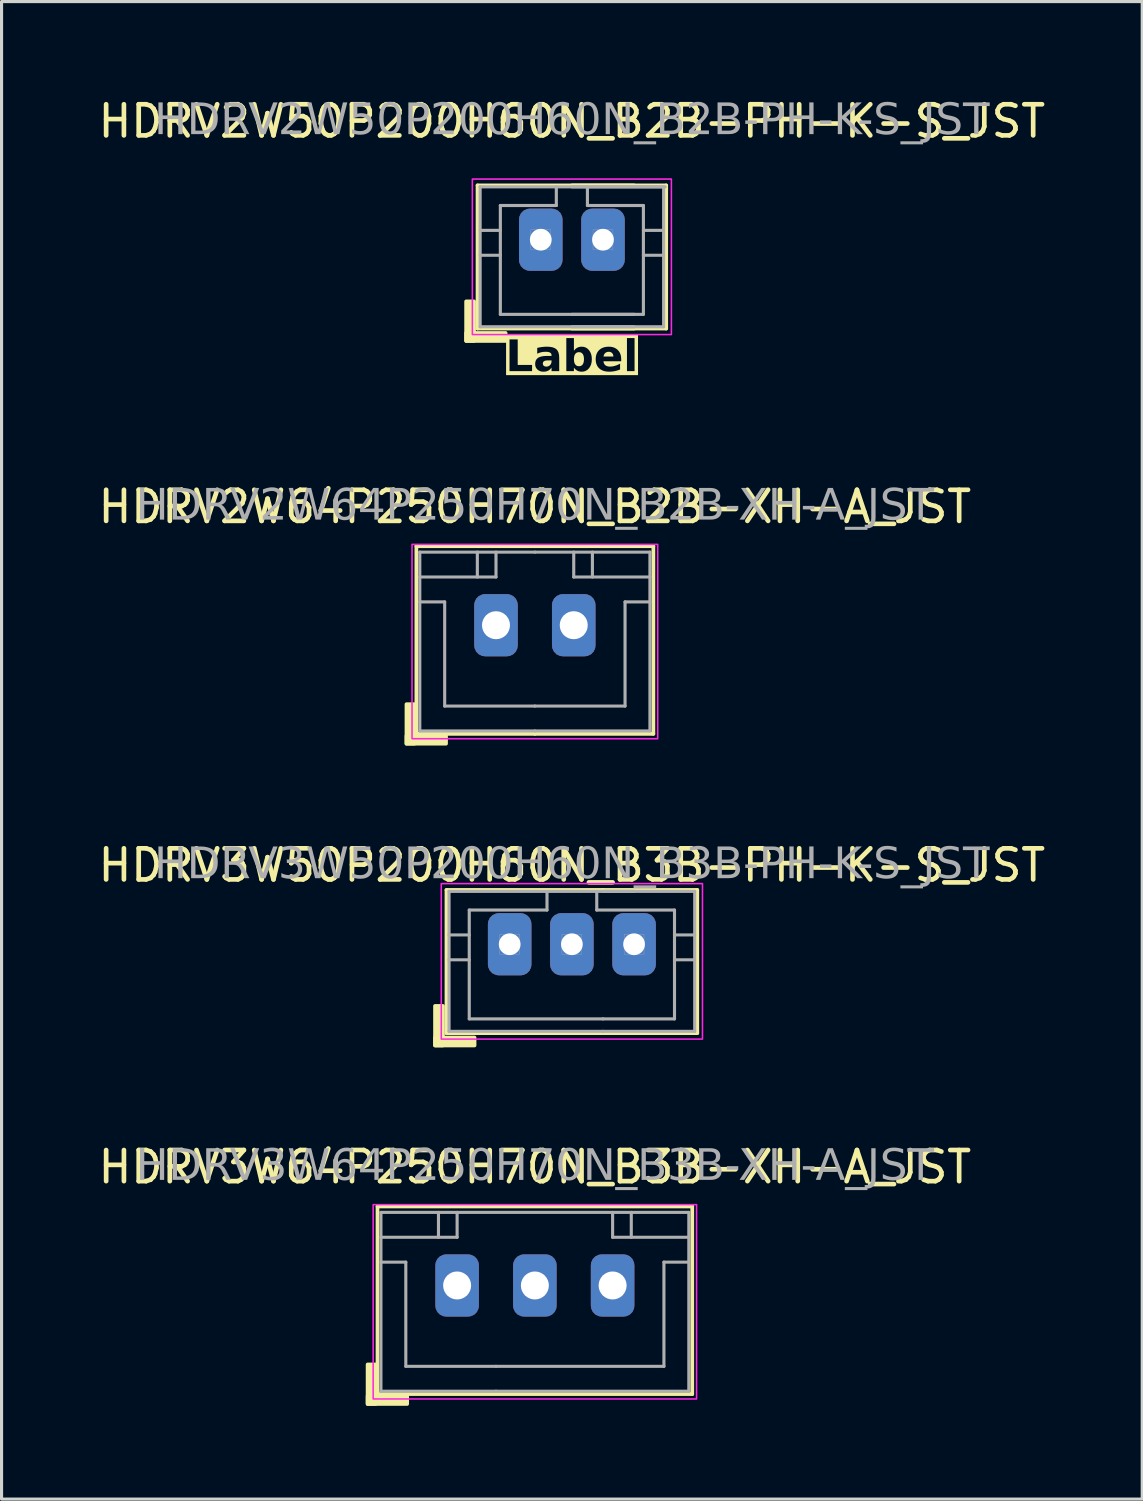
<source format=kicad_pcb>
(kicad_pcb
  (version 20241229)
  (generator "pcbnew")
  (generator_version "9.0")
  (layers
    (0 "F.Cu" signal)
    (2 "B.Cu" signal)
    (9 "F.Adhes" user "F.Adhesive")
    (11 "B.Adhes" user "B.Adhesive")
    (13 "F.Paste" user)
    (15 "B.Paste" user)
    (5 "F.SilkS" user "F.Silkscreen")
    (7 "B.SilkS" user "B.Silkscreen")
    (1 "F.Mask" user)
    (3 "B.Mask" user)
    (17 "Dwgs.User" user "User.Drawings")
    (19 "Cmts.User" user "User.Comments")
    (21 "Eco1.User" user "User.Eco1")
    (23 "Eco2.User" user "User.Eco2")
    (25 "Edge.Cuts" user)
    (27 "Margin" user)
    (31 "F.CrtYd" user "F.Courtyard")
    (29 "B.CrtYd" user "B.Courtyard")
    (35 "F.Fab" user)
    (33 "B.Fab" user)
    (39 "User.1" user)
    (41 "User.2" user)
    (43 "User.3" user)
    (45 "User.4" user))
  (footprint "HDRV3W64P250H70N_B3B-XH-A_JST"
    (layer "F.Cu")
    (at 14.149 38.285)
    (property "Reference" "HDRV3W64P250H70N_B3B-XH-A_JST" (at 0 -3.81 0) (layer "F.SilkS") (effects (font (size 1 1) (thickness 0.15))))
    (attr through_hole)
    (fp_line (start -5.06 -2.54) (end 5.06 -2.54) (stroke (width 0.12) (type solid)) (layer "F.SilkS"))
    (fp_line (start -5.06 3.493) (end -5.06 -2.54) (stroke (width 0.12) (type solid)) (layer "F.SilkS"))
    (fp_line (start 5.06 3.493) (end -5.06 3.493) (stroke (width 0.12) (type solid)) (layer "F.SilkS"))
    (fp_line (start 5.06 3.493) (end 5.06 -2.54) (stroke (width 0.12) (type solid)) (layer "F.SilkS"))
    (fp_rect (start -5.123 2.54) (end -5.378 3.81) (stroke (width 0.12) (type solid)) (fill yes) (layer "F.SilkS"))
    (fp_rect (start -4.107 3.81) (end -5.378 3.556) (stroke (width 0.12) (type solid)) (fill yes) (layer "F.SilkS"))
    (fp_rect (start -5.2 -2.6) (end 5.2 3.65) (stroke (width 0.05) (type default)) (fill no) (layer "F.CrtYd"))
    (fp_line (start -4.95 -2.35) (end -4.95 3.4) (stroke (width 0.1) (type solid)) (layer "F.Fab"))
    (fp_line (start -4.95 -0.75) (end -4.15 -0.75) (stroke (width 0.1) (type solid)) (layer "F.Fab"))
    (fp_line (start -4.15 -0.75) (end -4.15 2.6) (stroke (width 0.1) (type solid)) (layer "F.Fab"))
    (fp_line (start -3.1 -1.55) (end -3.1 -2.35) (stroke (width 0.1) (type solid)) (layer "F.Fab"))
    (fp_line (start -2.5 -1.55) (end -4.95 -1.55) (stroke (width 0.1) (type solid)) (layer "F.Fab"))
    (fp_line (start -2.5 -1.55) (end -2.5 -2.35) (stroke (width 0.1) (type solid)) (layer "F.Fab"))
    (fp_line (start -1.25 2.6) (end -4.15 2.6) (stroke (width 0.1) (type solid)) (layer "F.Fab"))
    (fp_line (start -1.25 2.6) (end 4.15 2.6) (stroke (width 0.1) (type solid)) (layer "F.Fab"))
    (fp_line (start -1.25 3.4) (end -4.95 3.4) (stroke (width 0.1) (type solid)) (layer "F.Fab"))
    (fp_line (start -1.25 3.4) (end 4.95 3.4) (stroke (width 0.1) (type solid)) (layer "F.Fab"))
    (fp_line (start 2.5 -1.55) (end 2.5 -2.35) (stroke (width 0.1) (type solid)) (layer "F.Fab"))
    (fp_line (start 2.5 -1.55) (end 4.95 -1.55) (stroke (width 0.1) (type solid)) (layer "F.Fab"))
    (fp_line (start 3.1 -1.55) (end 3.1 -2.35) (stroke (width 0.1) (type solid)) (layer "F.Fab"))
    (fp_line (start 4.15 -0.75) (end 4.15 2.6) (stroke (width 0.1) (type solid)) (layer "F.Fab"))
    (fp_line (start 4.95 -2.35) (end -4.95 -2.35) (stroke (width 0.1) (type solid)) (layer "F.Fab"))
    (fp_line (start 4.95 -2.35) (end 4.95 3.4) (stroke (width 0.1) (type solid)) (layer "F.Fab"))
    (fp_line (start 4.95 -0.75) (end 4.15 -0.75) (stroke (width 0.1) (type solid)) (layer "F.Fab"))
    (fp_rect (start -2.82 -0.32) (end -2.18 0.32) (stroke (width 0.01) (type solid)) (fill no) (layer "F.Fab"))
    (fp_rect (start 0.32 -0.32) (end -0.32 0.32) (stroke (width 0.01) (type solid)) (fill no) (layer "F.Fab"))
    (fp_rect (start 2.82 -0.32) (end 2.18 0.32) (stroke (width 0.01) (type solid)) (fill no) (layer "F.Fab"))
    (fp_text user "${REFERENCE}" (at 0 -3.81 0) (layer "F.Fab") (effects (font (face "Tahoma") (size 1 1) (thickness 0.15))))
    (pad "1" thru_hole roundrect (at -2.5 0) (size 1.4 2) (drill 0.9) (layers "*.Cu" "*.Mask") (roundrect_rratio 0.25))
    (pad "2" thru_hole roundrect (at 0 0) (size 1.4 2) (drill 0.9) (layers "*.Cu" "*.Mask") (roundrect_rratio 0.25))
    (pad "3" thru_hole roundrect (at 2.5 0) (size 1.4 2) (drill 0.9) (layers "*.Cu" "*.Mask") (roundrect_rratio 0.25)))
  (footprint "HDRV3W50P200H60N_B3B-PH-K-S_JST"
    (layer "F.Cu")
    (at 15.339 27.313)
    (property "Reference" "HDRV3W50P200H60N_B3B-PH-K-S_JST" (at 0 -2.54 0) (layer "F.SilkS") (effects (font (size 1 1) (thickness 0.15))))
    (attr through_hole)
    (fp_line (start -4.032 2.857) (end -4.032 -1.746) (stroke (width 0.12) (type solid)) (layer "F.SilkS"))
    (fp_line (start -4.032 2.857) (end 1 2.857) (stroke (width 0.12) (type solid)) (layer "F.SilkS"))
    (fp_line (start 1 -1.746) (end -4.032 -1.746) (stroke (width 0.12) (type solid)) (layer "F.SilkS"))
    (fp_line (start 1 -1.746) (end 4.032 -1.746) (stroke (width 0.12) (type solid)) (layer "F.SilkS"))
    (fp_line (start 4.032 2.857) (end 1 2.857) (stroke (width 0.12) (type solid)) (layer "F.SilkS"))
    (fp_line (start 4.032 2.857) (end 4.032 -1.746) (stroke (width 0.12) (type solid)) (layer "F.SilkS"))
    (fp_rect (start -4.146 1.984) (end -4.4 3.254) (stroke (width 0.12) (type solid)) (fill yes) (layer "F.SilkS"))
    (fp_rect (start -3.13 3.254) (end -4.4 3) (stroke (width 0.12) (type solid)) (fill yes) (layer "F.SilkS"))
    (fp_rect (start -4.2 -1.95) (end 4.2 3.05) (stroke (width 0.05) (type default)) (fill no) (layer "F.CrtYd"))
    (fp_line (start -3.95 -1.7) (end -3.95 2.8) (stroke (width 0.1) (type solid)) (layer "F.Fab"))
    (fp_line (start -3.95 -1.7) (end 2 -1.7) (stroke (width 0.1) (type solid)) (layer "F.Fab"))
    (fp_line (start -3.95 -0.3) (end -3.3 -0.3) (stroke (width 0.1) (type solid)) (layer "F.Fab"))
    (fp_line (start -3.95 0.5) (end -3.3 0.5) (stroke (width 0.1) (type solid)) (layer "F.Fab"))
    (fp_line (start -3.3 -1.1) (end -3.3 2.4) (stroke (width 0.1) (type solid)) (layer "F.Fab"))
    (fp_line (start -0.8 -1.1) (end -3.3 -1.1) (stroke (width 0.1) (type solid)) (layer "F.Fab"))
    (fp_line (start -0.8 -1.1) (end -0.8 -1.7) (stroke (width 0.1) (type solid)) (layer "F.Fab"))
    (fp_line (start 0.8 -1.1) (end 0.8 -1.7) (stroke (width 0.1) (type solid)) (layer "F.Fab"))
    (fp_line (start 0.8 -1.1) (end 3.3 -1.1) (stroke (width 0.1) (type solid)) (layer "F.Fab"))
    (fp_line (start 1 2.4) (end -3.3 2.4) (stroke (width 0.1) (type solid)) (layer "F.Fab"))
    (fp_line (start 1 2.4) (end 3.3 2.4) (stroke (width 0.1) (type solid)) (layer "F.Fab"))
    (fp_line (start 1 2.8) (end -3.95 2.8) (stroke (width 0.1) (type solid)) (layer "F.Fab"))
    (fp_line (start 1 2.8) (end 3.95 2.8) (stroke (width 0.1) (type solid)) (layer "F.Fab"))
    (fp_line (start 3.3 -1.1) (end 3.3 2.4) (stroke (width 0.1) (type solid)) (layer "F.Fab"))
    (fp_line (start 3.95 -1.7) (end 1 -1.7) (stroke (width 0.1) (type solid)) (layer "F.Fab"))
    (fp_line (start 3.95 -1.7) (end 3.95 2.8) (stroke (width 0.1) (type solid)) (layer "F.Fab"))
    (fp_line (start 3.95 -0.3) (end 3.3 -0.3) (stroke (width 0.1) (type solid)) (layer "F.Fab"))
    (fp_line (start 3.95 0.5) (end 3.3 0.5) (stroke (width 0.1) (type solid)) (layer "F.Fab"))
    (fp_rect (start -2.32 -0.32) (end -1.68 0.32) (stroke (width 0.01) (type solid)) (fill no) (layer "F.Fab"))
    (fp_rect (start 0.32 -0.32) (end -0.32 0.32) (stroke (width 0.01) (type solid)) (fill no) (layer "F.Fab"))
    (fp_rect (start 2.32 -0.32) (end 1.68 0.32) (stroke (width 0.01) (type solid)) (fill no) (layer "F.Fab"))
    (fp_text user "${REFERENCE}" (at 0 -2.54 0) (layer "F.Fab") (effects (font (face "Tahoma") (size 1 1) (thickness 0.15))))
    (pad "1" thru_hole roundrect (at -2 0) (size 1.4 2) (drill 0.7) (layers "*.Cu" "*.Mask") (roundrect_rratio 0.25))
    (pad "2" thru_hole roundrect (at 0 0) (size 1.4 2) (drill 0.7) (layers "*.Cu" "*.Mask") (roundrect_rratio 0.25))
    (pad "3" thru_hole roundrect (at 2 0) (size 1.4 2) (drill 0.7) (layers "*.Cu" "*.Mask") (roundrect_rratio 0.25)))
  (footprint "HDRV2W50P200H60N_B2B-PH-K-S_JST"
    (layer "F.Cu")
    (at 15.339 4.658)
    (property "Reference" "HDRV2W50P200H60N_B2B-PH-K-S_JST" (at 0 -3.81 0) (layer "F.SilkS") (effects (font (size 1 1) (thickness 0.15))))
    (property "Label" "Label" (at 0 3.81 0) (layer "F.SilkS" knockout) (effects (font (face "Tahoma") (size 1 1) (thickness 0.2) (bold yes))))
    (attr through_hole)
    (fp_line (start -3.033 2.857) (end -3.033 -1.746) (stroke (width 0.12) (type solid)) (layer "F.SilkS"))
    (fp_line (start -3.033 2.857) (end 2 2.857) (stroke (width 0.12) (type solid)) (layer "F.SilkS"))
    (fp_line (start 0 -1.746) (end 3.033 -1.746) (stroke (width 0.12) (type solid)) (layer "F.SilkS"))
    (fp_line (start 2 -1.746) (end -3.033 -1.746) (stroke (width 0.12) (type solid)) (layer "F.SilkS"))
    (fp_line (start 3.033 2.857) (end 0 2.857) (stroke (width 0.12) (type solid)) (layer "F.SilkS"))
    (fp_line (start 3.033 2.857) (end 3.033 -1.746) (stroke (width 0.12) (type solid)) (layer "F.SilkS"))
    (fp_rect (start -3.146 1.984) (end -3.4 3.254) (stroke (width 0.12) (type solid)) (fill yes) (layer "F.SilkS"))
    (fp_rect (start -2.13 3.254) (end -3.4 3) (stroke (width 0.12) (type solid)) (fill yes) (layer "F.SilkS"))
    (fp_rect (start -3.2 -1.95) (end 3.2 3.05) (stroke (width 0.05) (type default)) (fill no) (layer "F.CrtYd"))
    (fp_line (start -2.95 -1.7) (end -2.95 2.8) (stroke (width 0.1) (type solid)) (layer "F.Fab"))
    (fp_line (start -2.95 -1.7) (end 3 -1.7) (stroke (width 0.1) (type solid)) (layer "F.Fab"))
    (fp_line (start -2.95 -0.3) (end -2.3 -0.3) (stroke (width 0.1) (type solid)) (layer "F.Fab"))
    (fp_line (start -2.95 0.5) (end -2.3 0.5) (stroke (width 0.1) (type solid)) (layer "F.Fab"))
    (fp_line (start -2.3 -1.1) (end -2.3 2.4) (stroke (width 0.1) (type solid)) (layer "F.Fab"))
    (fp_line (start -0.5 -1.1) (end -2.3 -1.1) (stroke (width 0.1) (type solid)) (layer "F.Fab"))
    (fp_line (start -0.5 -1.1) (end -0.5 -1.7) (stroke (width 0.1) (type solid)) (layer "F.Fab"))
    (fp_line (start 0 2.4) (end 2.3 2.4) (stroke (width 0.1) (type solid)) (layer "F.Fab"))
    (fp_line (start 0 2.8) (end 2.95 2.8) (stroke (width 0.1) (type solid)) (layer "F.Fab"))
    (fp_line (start 0.5 -1.1) (end 0.5 -1.7) (stroke (width 0.1) (type solid)) (layer "F.Fab"))
    (fp_line (start 0.5 -1.1) (end 2.3 -1.1) (stroke (width 0.1) (type solid)) (layer "F.Fab"))
    (fp_line (start 2 2.4) (end -2.3 2.4) (stroke (width 0.1) (type solid)) (layer "F.Fab"))
    (fp_line (start 2 2.8) (end -2.95 2.8) (stroke (width 0.1) (type solid)) (layer "F.Fab"))
    (fp_line (start 2.3 -1.1) (end 2.3 2.4) (stroke (width 0.1) (type solid)) (layer "F.Fab"))
    (fp_line (start 2.95 -1.7) (end 0 -1.7) (stroke (width 0.1) (type solid)) (layer "F.Fab"))
    (fp_line (start 2.95 -1.7) (end 2.95 2.8) (stroke (width 0.1) (type solid)) (layer "F.Fab"))
    (fp_line (start 2.95 -0.3) (end 2.3 -0.3) (stroke (width 0.1) (type solid)) (layer "F.Fab"))
    (fp_line (start 2.95 0.5) (end 2.3 0.5) (stroke (width 0.1) (type solid)) (layer "F.Fab"))
    (fp_rect (start -1.32 -0.32) (end -0.68 0.32) (stroke (width 0.01) (type solid)) (fill no) (layer "F.Fab"))
    (fp_rect (start 1.32 -0.32) (end 0.68 0.32) (stroke (width 0.01) (type solid)) (fill no) (layer "F.Fab"))
    (fp_text user "${REFERENCE}" (at 0 -3.81 0) (layer "F.Fab") (effects (font (face "Tahoma") (size 1 1) (thickness 0.15))))
    (pad "1" thru_hole roundrect (at -1 0) (size 1.4 2) (drill 0.7) (layers "*.Cu" "*.Mask") (roundrect_rratio 0.25))
    (pad "2" thru_hole roundrect (at 1 0) (size 1.4 2) (drill 0.7) (layers "*.Cu" "*.Mask") (roundrect_rratio 0.25)))
  (footprint "HDRV2W64P250H70N_B2B-XH-A_JST"
    (layer "F.Cu")
    (at 14.149 17.054)
    (property "Reference" "HDRV2W64P250H70N_B2B-XH-A_JST" (at 0 -3.81 0) (layer "F.SilkS") (effects (font (size 1 1) (thickness 0.15))))
    (attr through_hole)
    (fp_line (start -3.81 -2.54) (end 0 -2.54) (stroke (width 0.12) (type solid)) (layer "F.SilkS"))
    (fp_line (start -3.81 3.493) (end -3.81 -2.54) (stroke (width 0.12) (type solid)) (layer "F.SilkS"))
    (fp_line (start 0 3.493) (end -3.81 3.493) (stroke (width 0.12) (type solid)) (layer "F.SilkS"))
    (fp_line (start 0 3.493) (end 3.81 3.493) (stroke (width 0.12) (type solid)) (layer "F.SilkS"))
    (fp_line (start 3.81 -2.54) (end 0 -2.54) (stroke (width 0.12) (type solid)) (layer "F.SilkS"))
    (fp_line (start 3.81 3.493) (end 3.81 -2.54) (stroke (width 0.12) (type solid)) (layer "F.SilkS"))
    (fp_rect (start -3.873 2.54) (end -4.128 3.81) (stroke (width 0.12) (type solid)) (fill yes) (layer "F.SilkS"))
    (fp_rect (start -2.857 3.81) (end -4.128 3.556) (stroke (width 0.12) (type solid)) (fill yes) (layer "F.SilkS"))
    (fp_rect (start -3.95 -2.6) (end 3.95 3.65) (stroke (width 0.05) (type default)) (fill no) (layer "F.CrtYd"))
    (fp_line (start -3.7 -2.35) (end -3.7 3.4) (stroke (width 0.1) (type solid)) (layer "F.Fab"))
    (fp_line (start -3.7 -0.75) (end -2.9 -0.75) (stroke (width 0.1) (type solid)) (layer "F.Fab"))
    (fp_line (start -2.9 -0.75) (end -2.9 2.6) (stroke (width 0.1) (type solid)) (layer "F.Fab"))
    (fp_line (start -1.85 -1.55) (end -1.85 -2.35) (stroke (width 0.1) (type solid)) (layer "F.Fab"))
    (fp_line (start -1.25 -1.55) (end -3.7 -1.55) (stroke (width 0.1) (type solid)) (layer "F.Fab"))
    (fp_line (start -1.25 -1.55) (end -1.25 -2.35) (stroke (width 0.1) (type solid)) (layer "F.Fab"))
    (fp_line (start 0 -2.35) (end -3.7 -2.35) (stroke (width 0.1) (type solid)) (layer "F.Fab"))
    (fp_line (start 0 -2.35) (end 3.7 -2.35) (stroke (width 0.1) (type solid)) (layer "F.Fab"))
    (fp_line (start 0 2.6) (end -2.9 2.6) (stroke (width 0.1) (type solid)) (layer "F.Fab"))
    (fp_line (start 0 2.6) (end 2.9 2.6) (stroke (width 0.1) (type solid)) (layer "F.Fab"))
    (fp_line (start 0 3.4) (end -3.7 3.4) (stroke (width 0.1) (type solid)) (layer "F.Fab"))
    (fp_line (start 0 3.4) (end 3.7 3.4) (stroke (width 0.1) (type solid)) (layer "F.Fab"))
    (fp_line (start 1.25 -1.55) (end 1.25 -2.35) (stroke (width 0.1) (type solid)) (layer "F.Fab"))
    (fp_line (start 1.25 -1.55) (end 3.7 -1.55) (stroke (width 0.1) (type solid)) (layer "F.Fab"))
    (fp_line (start 1.85 -1.55) (end 1.85 -2.35) (stroke (width 0.1) (type solid)) (layer "F.Fab"))
    (fp_line (start 2.9 -0.75) (end 2.9 2.6) (stroke (width 0.1) (type solid)) (layer "F.Fab"))
    (fp_line (start 3.7 -2.35) (end 3.7 3.4) (stroke (width 0.1) (type solid)) (layer "F.Fab"))
    (fp_line (start 3.7 -0.75) (end 2.9 -0.75) (stroke (width 0.1) (type solid)) (layer "F.Fab"))
    (fp_rect (start -1.57 -0.32) (end -0.93 0.32) (stroke (width 0.01) (type solid)) (fill no) (layer "F.Fab"))
    (fp_rect (start 1.57 -0.32) (end 0.93 0.32) (stroke (width 0.01) (type solid)) (fill no) (layer "F.Fab"))
    (fp_text user "${REFERENCE}" (at 0 -3.81 0) (layer "F.Fab") (effects (font (face "Tahoma") (size 1 1) (thickness 0.15))))
    (pad "1" thru_hole roundrect (at -1.25 0) (size 1.4 2) (drill 0.9) (layers "*.Cu" "*.Mask") (roundrect_rratio 0.25))
    (pad "2" thru_hole roundrect (at 1.25 0) (size 1.4 2) (drill 0.9) (layers "*.Cu" "*.Mask") (roundrect_rratio 0.25)))
  (gr_rect
    (start -3 -3)
    (end 33.679 45.155)
    (stroke (width 0.1) (type default))
    (fill no)
    (layer "Edge.Cuts")))
</source>
